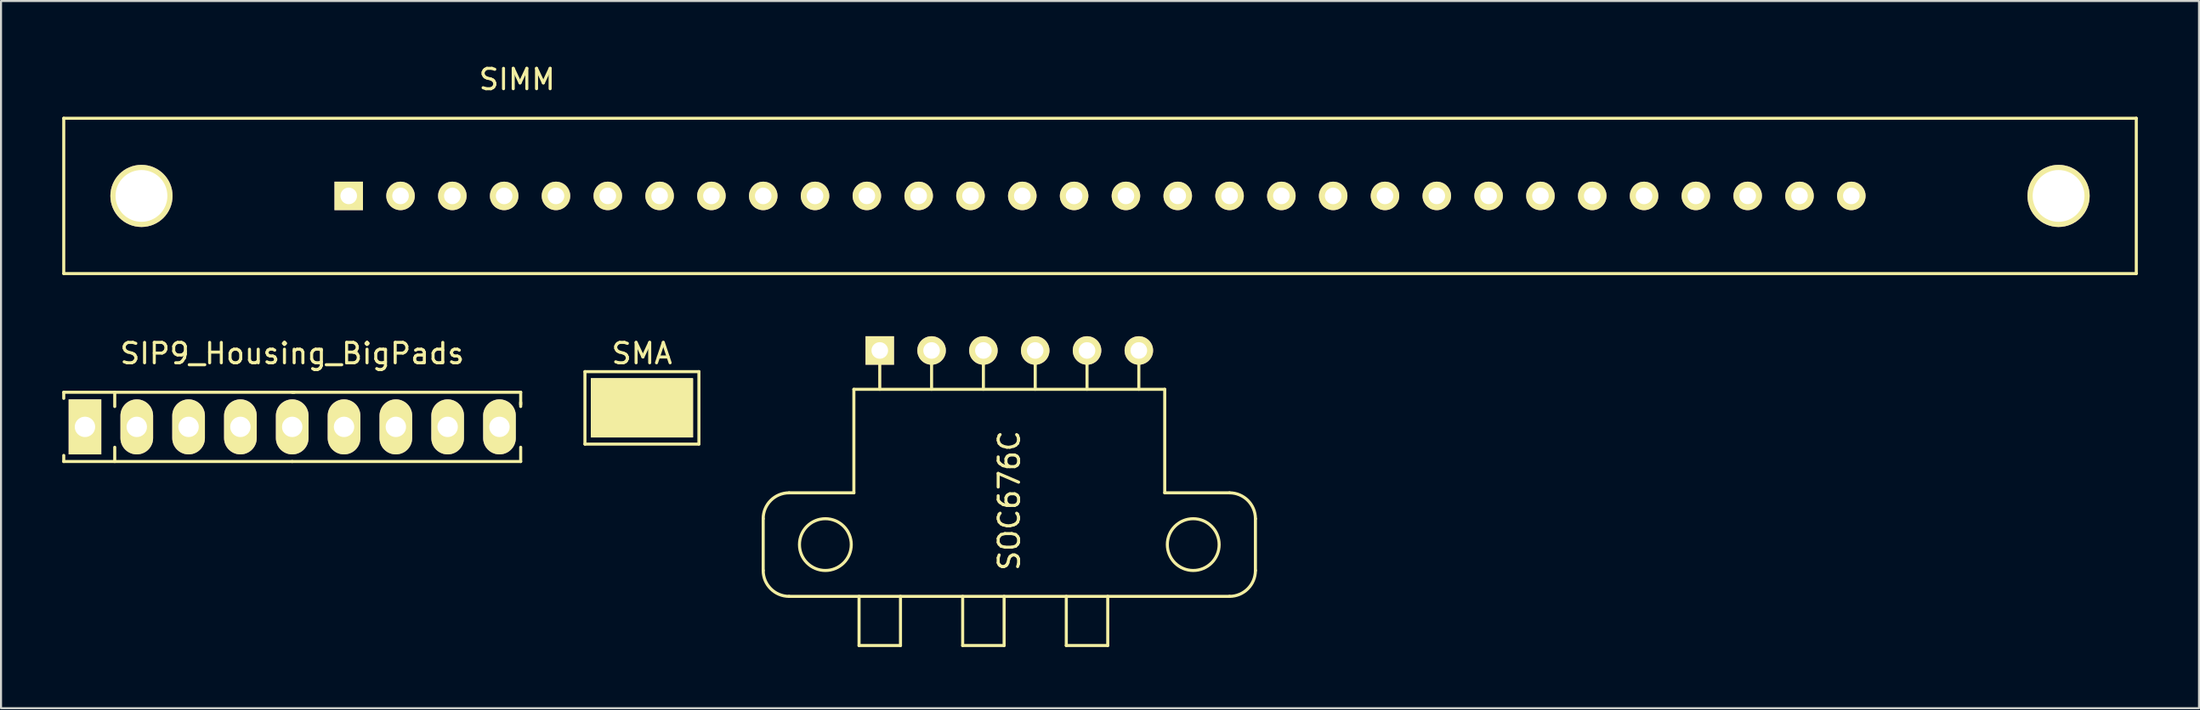
<source format=kicad_pcb>
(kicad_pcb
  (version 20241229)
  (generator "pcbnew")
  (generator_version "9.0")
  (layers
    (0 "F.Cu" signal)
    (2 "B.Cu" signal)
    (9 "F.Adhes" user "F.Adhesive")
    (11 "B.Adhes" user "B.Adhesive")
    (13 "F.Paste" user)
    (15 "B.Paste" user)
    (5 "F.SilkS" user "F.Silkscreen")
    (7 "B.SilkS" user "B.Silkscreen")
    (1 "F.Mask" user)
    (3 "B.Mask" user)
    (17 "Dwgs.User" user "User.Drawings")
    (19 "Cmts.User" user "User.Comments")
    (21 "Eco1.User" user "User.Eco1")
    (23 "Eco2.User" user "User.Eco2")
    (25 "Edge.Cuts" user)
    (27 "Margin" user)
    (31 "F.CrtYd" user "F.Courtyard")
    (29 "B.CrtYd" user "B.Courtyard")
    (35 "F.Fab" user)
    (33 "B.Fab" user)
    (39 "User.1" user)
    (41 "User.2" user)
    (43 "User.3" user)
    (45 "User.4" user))
  (footprint "SOC676C"
    (layer "F.Cu")
    (at 46.428 14.147)
    (property "Reference" "SOC676C" (at 0 7.366 90) (layer "F.SilkS") (effects (font (size 1 1) (thickness 0.15))))
    (attr through_hole)
    (fp_line (start -12.065 10.795) (end -12.065 8.255) (stroke (width 0.15) (type solid)) (layer "F.SilkS"))
    (fp_line (start -7.62 1.905) (end 7.62 1.905) (stroke (width 0.15) (type solid)) (layer "F.SilkS"))
    (fp_line (start -7.62 6.985) (end -10.795 6.985) (stroke (width 0.15) (type solid)) (layer "F.SilkS"))
    (fp_line (start -7.62 6.985) (end -7.62 1.905) (stroke (width 0.15) (type solid)) (layer "F.SilkS"))
    (fp_line (start -7.366 12.065) (end -7.366 14.478) (stroke (width 0.15) (type solid)) (layer "F.SilkS"))
    (fp_line (start -7.366 14.478) (end -5.334 14.478) (stroke (width 0.15) (type solid)) (layer "F.SilkS"))
    (fp_line (start -6.35 0) (end -6.35 1.905) (stroke (width 0.15) (type solid)) (layer "F.SilkS"))
    (fp_line (start -5.334 14.478) (end -5.334 12.065) (stroke (width 0.15) (type solid)) (layer "F.SilkS"))
    (fp_line (start -3.81 0) (end -3.81 1.905) (stroke (width 0.15) (type solid)) (layer "F.SilkS"))
    (fp_line (start -2.286 14.478) (end -2.286 12.065) (stroke (width 0.15) (type solid)) (layer "F.SilkS"))
    (fp_line (start -1.27 0) (end -1.27 1.905) (stroke (width 0.15) (type solid)) (layer "F.SilkS"))
    (fp_line (start -0.254 12.065) (end -0.254 14.478) (stroke (width 0.15) (type solid)) (layer "F.SilkS"))
    (fp_line (start -0.254 14.478) (end -2.286 14.478) (stroke (width 0.15) (type solid)) (layer "F.SilkS"))
    (fp_line (start 1.27 0) (end 1.27 1.905) (stroke (width 0.15) (type solid)) (layer "F.SilkS"))
    (fp_line (start 2.794 12.065) (end 2.794 14.478) (stroke (width 0.15) (type solid)) (layer "F.SilkS"))
    (fp_line (start 2.794 14.478) (end 4.826 14.478) (stroke (width 0.15) (type solid)) (layer "F.SilkS"))
    (fp_line (start 3.81 0) (end 3.81 1.905) (stroke (width 0.15) (type solid)) (layer "F.SilkS"))
    (fp_line (start 4.826 14.478) (end 4.826 12.065) (stroke (width 0.15) (type solid)) (layer "F.SilkS"))
    (fp_line (start 6.35 0) (end 6.35 1.905) (stroke (width 0.15) (type solid)) (layer "F.SilkS"))
    (fp_line (start 7.62 1.905) (end 7.62 6.985) (stroke (width 0.15) (type solid)) (layer "F.SilkS"))
    (fp_line (start 7.62 6.985) (end 10.795 6.985) (stroke (width 0.15) (type solid)) (layer "F.SilkS"))
    (fp_line (start 10.795 12.065) (end -10.795 12.065) (stroke (width 0.15) (type solid)) (layer "F.SilkS"))
    (fp_line (start 12.065 8.255) (end 12.065 10.795) (stroke (width 0.15) (type solid)) (layer "F.SilkS"))
    (fp_arc (start -12.065 8.255) (mid -11.693026 7.356974) (end -10.795 6.985) (stroke (width 0.15) (type solid)) (layer "F.SilkS"))
    (fp_arc (start -10.795 12.065) (mid -11.693026 11.693026) (end -12.065 10.795) (stroke (width 0.15) (type solid)) (layer "F.SilkS"))
    (fp_arc (start 10.795 6.985) (mid 11.693026 7.356974) (end 12.065 8.255) (stroke (width 0.15) (type solid)) (layer "F.SilkS"))
    (fp_arc (start 12.065 10.795) (mid 11.693026 11.693026) (end 10.795 12.065) (stroke (width 0.15) (type solid)) (layer "F.SilkS"))
    (fp_circle (center -9.017 9.525) (end -9.017 8.255) (stroke (width 0.15) (type solid)) (fill no) (layer "F.SilkS"))
    (fp_circle (center 9.017 9.525) (end 10.287 9.525) (stroke (width 0.15) (type solid)) (fill no) (layer "F.SilkS"))
    (pad "1" thru_hole rect (at -6.35 0 90) (size 1.397 1.397) (drill 0.813) (layers "*.Cu" "*.Mask" "F.SilkS"))
    (pad "2" thru_hole circle (at -3.81 0 90) (size 1.397 1.397) (drill 0.813) (layers "*.Cu" "*.Mask" "F.SilkS"))
    (pad "3" thru_hole circle (at -1.27 0 90) (size 1.397 1.397) (drill 0.813) (layers "*.Cu" "*.Mask" "F.SilkS"))
    (pad "4" thru_hole circle (at 1.27 0 90) (size 1.397 1.397) (drill 0.813) (layers "*.Cu" "*.Mask" "F.SilkS"))
    (pad "5" thru_hole circle (at 3.81 0 90) (size 1.397 1.397) (drill 0.813) (layers "*.Cu" "*.Mask" "F.SilkS"))
    (pad "6" thru_hole circle (at 6.35 0 90) (size 1.397 1.397) (drill 0.813) (layers "*.Cu" "*.Mask" "F.SilkS")))
  (footprint "SIMM"
    (layer "F.Cu")
    (at 50.875 6.563)
    (property "Reference" "SIMM" (at -28.575 -5.715 0) (layer "F.SilkS") (effects (font (size 1 1) (thickness 0.15))))
    (attr through_hole)
    (fp_line (start -50.8 -3.81) (end 50.8 -3.81) (stroke (width 0.15) (type solid)) (layer "F.SilkS"))
    (fp_line (start -50.8 3.81) (end -50.8 -3.81) (stroke (width 0.15) (type solid)) (layer "F.SilkS"))
    (fp_line (start 50.8 -3.81) (end 50.8 3.81) (stroke (width 0.15) (type solid)) (layer "F.SilkS"))
    (fp_line (start 50.8 3.81) (end -50.8 3.81) (stroke (width 0.15) (type solid)) (layer "F.SilkS"))
    (pad "1" thru_hole rect (at -36.83 0) (size 1.397 1.397) (drill 0.813) (layers "*.Cu" "*.Mask" "F.SilkS"))
    (pad "2" thru_hole circle (at -34.29 0) (size 1.397 1.397) (drill 0.813) (layers "*.Cu" "*.Mask" "F.SilkS"))
    (pad "3" thru_hole circle (at -31.75 0) (size 1.397 1.397) (drill 0.813) (layers "*.Cu" "*.Mask" "F.SilkS"))
    (pad "4" thru_hole circle (at -29.21 0) (size 1.397 1.397) (drill 0.813) (layers "*.Cu" "*.Mask" "F.SilkS"))
    (pad "5" thru_hole circle (at -26.67 0) (size 1.397 1.397) (drill 0.813) (layers "*.Cu" "*.Mask" "F.SilkS"))
    (pad "6" thru_hole circle (at -24.13 0) (size 1.397 1.397) (drill 0.813) (layers "*.Cu" "*.Mask" "F.SilkS"))
    (pad "7" thru_hole circle (at -21.59 0) (size 1.397 1.397) (drill 0.813) (layers "*.Cu" "*.Mask" "F.SilkS"))
    (pad "8" thru_hole circle (at -19.05 0) (size 1.397 1.397) (drill 0.813) (layers "*.Cu" "*.Mask" "F.SilkS"))
    (pad "9" thru_hole circle (at -16.51 0) (size 1.397 1.397) (drill 0.813) (layers "*.Cu" "*.Mask" "F.SilkS"))
    (pad "10" thru_hole circle (at -13.97 0) (size 1.397 1.397) (drill 0.813) (layers "*.Cu" "*.Mask" "F.SilkS"))
    (pad "11" thru_hole circle (at -11.43 0) (size 1.397 1.397) (drill 0.813) (layers "*.Cu" "*.Mask" "F.SilkS"))
    (pad "12" thru_hole circle (at -8.89 0) (size 1.397 1.397) (drill 0.813) (layers "*.Cu" "*.Mask" "F.SilkS"))
    (pad "13" thru_hole circle (at -6.35 0) (size 1.397 1.397) (drill 0.813) (layers "*.Cu" "*.Mask" "F.SilkS"))
    (pad "14" thru_hole circle (at -3.81 0) (size 1.397 1.397) (drill 0.813) (layers "*.Cu" "*.Mask" "F.SilkS"))
    (pad "15" thru_hole circle (at -1.27 0) (size 1.397 1.397) (drill 0.813) (layers "*.Cu" "*.Mask" "F.SilkS"))
    (pad "16" thru_hole circle (at 1.27 0) (size 1.397 1.397) (drill 0.813) (layers "*.Cu" "*.Mask" "F.SilkS"))
    (pad "17" thru_hole circle (at 3.81 0) (size 1.397 1.397) (drill 0.813) (layers "*.Cu" "*.Mask" "F.SilkS"))
    (pad "18" thru_hole circle (at 6.35 0) (size 1.397 1.397) (drill 0.813) (layers "*.Cu" "*.Mask" "F.SilkS"))
    (pad "19" thru_hole circle (at 8.89 0) (size 1.397 1.397) (drill 0.813) (layers "*.Cu" "*.Mask" "F.SilkS"))
    (pad "20" thru_hole circle (at 11.43 0) (size 1.397 1.397) (drill 0.813) (layers "*.Cu" "*.Mask" "F.SilkS"))
    (pad "21" thru_hole circle (at 13.97 0) (size 1.397 1.397) (drill 0.813) (layers "*.Cu" "*.Mask" "F.SilkS"))
    (pad "22" thru_hole circle (at 16.51 0) (size 1.397 1.397) (drill 0.813) (layers "*.Cu" "*.Mask" "F.SilkS"))
    (pad "23" thru_hole circle (at 19.05 0) (size 1.397 1.397) (drill 0.813) (layers "*.Cu" "*.Mask" "F.SilkS"))
    (pad "24" thru_hole circle (at 21.59 0) (size 1.397 1.397) (drill 0.813) (layers "*.Cu" "*.Mask" "F.SilkS"))
    (pad "25" thru_hole circle (at 24.13 0) (size 1.397 1.397) (drill 0.813) (layers "*.Cu" "*.Mask" "F.SilkS"))
    (pad "26" thru_hole circle (at 26.67 0) (size 1.397 1.397) (drill 0.813) (layers "*.Cu" "*.Mask" "F.SilkS"))
    (pad "27" thru_hole circle (at 29.21 0) (size 1.397 1.397) (drill 0.813) (layers "*.Cu" "*.Mask" "F.SilkS"))
    (pad "28" thru_hole circle (at 31.75 0) (size 1.397 1.397) (drill 0.813) (layers "*.Cu" "*.Mask" "F.SilkS"))
    (pad "29" thru_hole circle (at 34.29 0) (size 1.397 1.397) (drill 0.813) (layers "*.Cu" "*.Mask" "F.SilkS"))
    (pad "30" thru_hole circle (at 36.83 0) (size 1.397 1.397) (drill 0.813) (layers "*.Cu" "*.Mask" "F.SilkS"))
    (pad "31" thru_hole circle (at 46.99 0) (size 3.048 3.048) (drill 2.54) (layers "*.Cu" "*.Mask" "F.SilkS"))
    (pad "32" thru_hole circle (at -46.99 0) (size 3.048 3.048) (drill 2.54) (layers "*.Cu" "*.Mask" "F.SilkS")))
  (footprint "SIP9_Housing_BigPads"
    (layer "F.Cu")
    (at 11.275 17.896)
    (property "Reference" "SIP9_Housing_BigPads" (at 0 -3.6 0) (layer "F.SilkS") (effects (font (size 1 1) (thickness 0.15))))
    (attr through_hole)
    (fp_line (start -11.2 -1.7) (end -11.2 -1.4) (stroke (width 0.15) (type solid)) (layer "F.SilkS"))
    (fp_line (start -11.2 1.7) (end -11.2 1.4) (stroke (width 0.15) (type solid)) (layer "F.SilkS"))
    (fp_line (start -8.7 -1.7) (end -8.7 -1) (stroke (width 0.15) (type solid)) (layer "F.SilkS"))
    (fp_line (start -8.7 1.7) (end -8.7 1) (stroke (width 0.15) (type solid)) (layer "F.SilkS"))
    (fp_line (start 0 -1.7) (end 11.2 -1.7) (stroke (width 0.15) (type solid)) (layer "F.SilkS"))
    (fp_line (start 0 1.7) (end -11.2 1.7) (stroke (width 0.15) (type solid)) (layer "F.SilkS"))
    (fp_line (start 0 1.7) (end 11.2 1.7) (stroke (width 0.15) (type solid)) (layer "F.SilkS"))
    (fp_line (start 0.1 -1.7) (end -11.2 -1.7) (stroke (width 0.15) (type solid)) (layer "F.SilkS"))
    (fp_line (start 11.2 -1.7) (end 11.2 -1.1) (stroke (width 0.15) (type solid)) (layer "F.SilkS"))
    (fp_line (start 11.2 -1.2) (end 11.2 -1) (stroke (width 0.15) (type solid)) (layer "F.SilkS"))
    (fp_line (start 11.2 1.7) (end 11.2 1) (stroke (width 0.15) (type solid)) (layer "F.SilkS"))
    (pad "1" thru_hole rect (at -10.16 0 90) (size 2.7 1.6) (drill 1) (layers "*.Cu" "*.Mask" "F.SilkS"))
    (pad "2" thru_hole oval (at -7.62 0 90) (size 2.7 1.6) (drill 1) (layers "*.Cu" "*.Mask" "F.SilkS"))
    (pad "3" thru_hole oval (at -5.08 0 90) (size 2.7 1.6) (drill 1) (layers "*.Cu" "*.Mask" "F.SilkS"))
    (pad "4" thru_hole oval (at -2.54 0 90) (size 2.7 1.6) (drill 1) (layers "*.Cu" "*.Mask" "F.SilkS"))
    (pad "5" thru_hole oval (at 0 0 90) (size 2.7 1.6) (drill 1) (layers "*.Cu" "*.Mask" "F.SilkS"))
    (pad "6" thru_hole oval (at 2.54 0 90) (size 2.7 1.6) (drill 1) (layers "*.Cu" "*.Mask" "F.SilkS"))
    (pad "7" thru_hole oval (at 5.08 0 90) (size 2.7 1.6) (drill 1) (layers "*.Cu" "*.Mask" "F.SilkS"))
    (pad "8" thru_hole oval (at 7.62 0 90) (size 2.7 1.6) (drill 1) (layers "*.Cu" "*.Mask" "F.SilkS"))
    (pad "9" thru_hole oval (at 10.16 0 90) (size 2.7 1.6) (drill 1) (layers "*.Cu" "*.Mask" "F.SilkS")))
  (footprint "SMA"
    (layer "F.Cu")
    (at 28.419 16.963)
    (property "Reference" "SMA" (at 0 -2.667 0) (layer "F.SilkS") (effects (font (size 1 1) (thickness 0.15))))
    (attr through_hole)
    (fp_line (start -2.794 -1.778) (end 2.794 -1.778) (stroke (width 0.15) (type solid)) (layer "F.SilkS"))
    (fp_line (start -2.794 1.778) (end -2.794 -1.778) (stroke (width 0.15) (type solid)) (layer "F.SilkS"))
    (fp_line (start 2.794 -1.778) (end 2.794 1.778) (stroke (width 0.15) (type solid)) (layer "F.SilkS"))
    (fp_line (start 2.794 1.778) (end -2.794 1.778) (stroke (width 0.15) (type solid)) (layer "F.SilkS"))
    (pad "1" smd rect (at 0 0) (size 5.004 2.901) (layers "F.Cu" "F.Mask" "F.SilkS" "F.Paste"))
    (pad "2" smd rect (at 0 0) (size 5.004 2.901) (layers "F.Mask" "B.Cu" "F.SilkS" "F.Paste")))
  (gr_rect
    (start -3 -3)
    (end 104.75 31.7)
    (stroke (width 0.1) (type default))
    (fill no)
    (layer "Edge.Cuts")))
</source>
